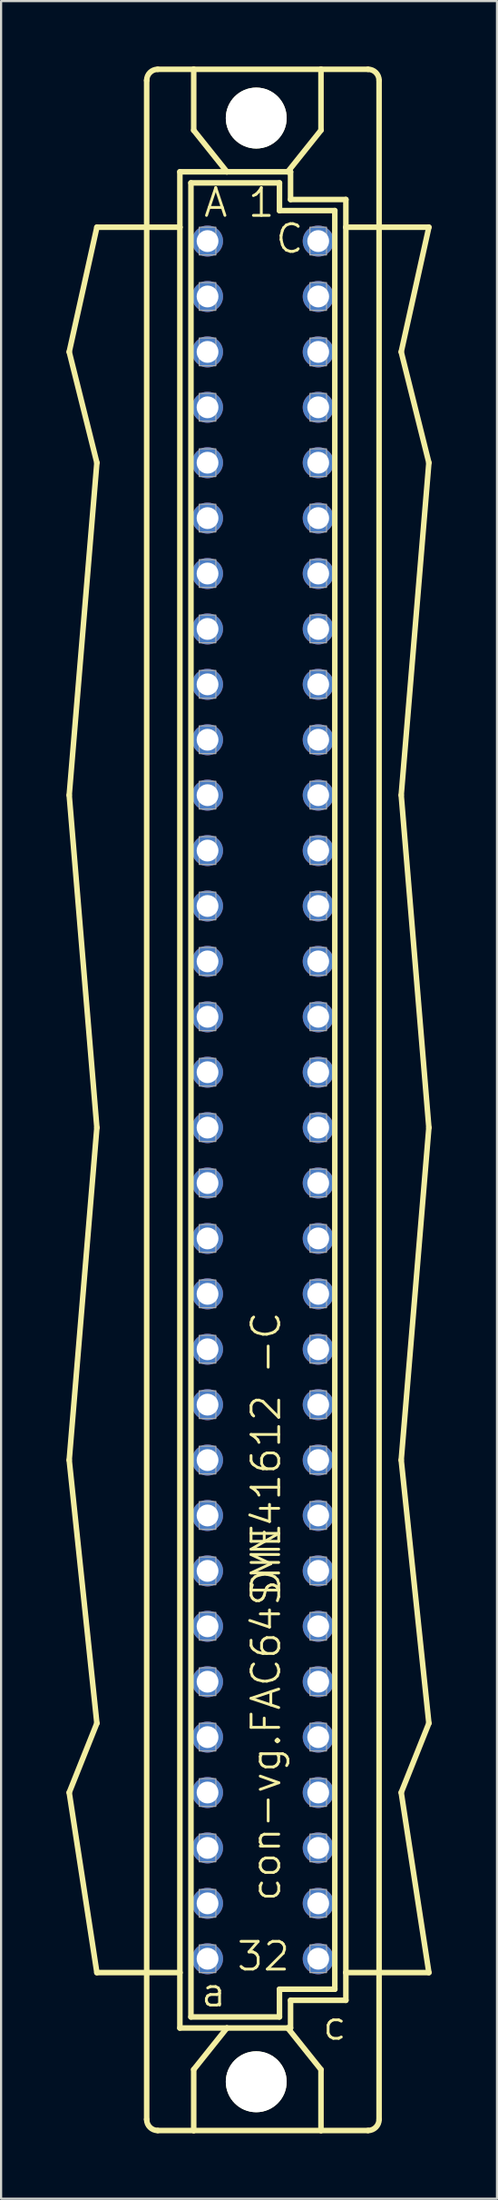
<source format=kicad_pcb>
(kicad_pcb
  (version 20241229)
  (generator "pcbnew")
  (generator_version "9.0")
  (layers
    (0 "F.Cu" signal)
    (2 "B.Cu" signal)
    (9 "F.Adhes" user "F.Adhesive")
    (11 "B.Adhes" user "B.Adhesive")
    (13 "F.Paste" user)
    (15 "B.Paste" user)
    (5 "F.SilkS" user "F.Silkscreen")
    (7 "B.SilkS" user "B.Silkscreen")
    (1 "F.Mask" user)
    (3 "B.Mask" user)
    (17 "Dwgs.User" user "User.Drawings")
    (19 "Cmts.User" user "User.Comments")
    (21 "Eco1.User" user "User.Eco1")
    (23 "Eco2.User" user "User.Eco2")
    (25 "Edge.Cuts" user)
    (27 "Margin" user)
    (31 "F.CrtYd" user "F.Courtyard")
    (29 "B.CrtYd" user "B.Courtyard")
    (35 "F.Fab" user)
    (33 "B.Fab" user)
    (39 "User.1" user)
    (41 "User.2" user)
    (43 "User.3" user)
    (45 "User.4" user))
  (footprint "con-vg.FAC64SME"
    (layer "F.Cu")
    (at 9.017 47.371)
    (property "Reference" "con-vg.FAC64SME" (at 0.889 36.83 90) (layer "F.SilkS") (effects (font (size 1.27 1.27) (thickness 0.13)) (justify left bottom)))
    (attr through_hole)
    (fp_line (start -8.89 -34.29) (end -7.62 -29.21) (stroke (width 0.254) (type default)) (layer "F.SilkS"))
    (fp_line (start -8.89 -13.97) (end -7.62 -29.21) (stroke (width 0.254) (type default)) (layer "F.SilkS"))
    (fp_line (start -8.89 16.51) (end -7.62 1.27) (stroke (width 0.254) (type default)) (layer "F.SilkS"))
    (fp_line (start -8.89 31.75) (end -7.62 28.575) (stroke (width 0.254) (type default)) (layer "F.SilkS"))
    (fp_line (start -7.62 -40.005) (end -8.89 -34.29) (stroke (width 0.254) (type default)) (layer "F.SilkS"))
    (fp_line (start -7.62 1.27) (end -8.89 -13.97) (stroke (width 0.254) (type default)) (layer "F.SilkS"))
    (fp_line (start -7.62 28.575) (end -8.89 16.51) (stroke (width 0.254) (type default)) (layer "F.SilkS"))
    (fp_line (start -7.62 40.005) (end -8.89 31.75) (stroke (width 0.254) (type default)) (layer "F.SilkS"))
    (fp_line (start -5.334 -46.736) (end -5.334 46.736) (stroke (width 0.254) (type default)) (layer "F.SilkS"))
    (fp_line (start -4.826 47.244) (end -3.175 47.244) (stroke (width 0.254) (type default)) (layer "F.SilkS"))
    (fp_line (start -3.81 -42.545) (end -3.81 -40.005) (stroke (width 0.254) (type default)) (layer "F.SilkS"))
    (fp_line (start -3.81 -40.005) (end -7.62 -40.005) (stroke (width 0.254) (type default)) (layer "F.SilkS"))
    (fp_line (start -3.81 -40.005) (end -3.81 40.005) (stroke (width 0.254) (type default)) (layer "F.SilkS"))
    (fp_line (start -3.81 40.005) (end -7.62 40.005) (stroke (width 0.254) (type default)) (layer "F.SilkS"))
    (fp_line (start -3.81 40.005) (end -3.81 42.545) (stroke (width 0.254) (type default)) (layer "F.SilkS"))
    (fp_line (start -3.81 42.545) (end -1.651 42.545) (stroke (width 0.254) (type default)) (layer "F.SilkS"))
    (fp_line (start -3.302 -42.037) (end -3.302 42.037) (stroke (width 0.254) (type default)) (layer "F.SilkS"))
    (fp_line (start -3.302 42.037) (end 0.762 42.037) (stroke (width 0.254) (type default)) (layer "F.SilkS"))
    (fp_line (start -3.175 -47.244) (end -4.826 -47.244) (stroke (width 0.254) (type default)) (layer "F.SilkS"))
    (fp_line (start -3.175 -47.244) (end -3.175 -44.45) (stroke (width 0.254) (type default)) (layer "F.SilkS"))
    (fp_line (start -3.175 47.244) (end -3.175 44.45) (stroke (width 0.254) (type default)) (layer "F.SilkS"))
    (fp_line (start -3.175 47.244) (end 2.667 47.244) (stroke (width 0.254) (type default)) (layer "F.SilkS"))
    (fp_line (start -1.651 -42.545) (end -3.81 -42.545) (stroke (width 0.254) (type default)) (layer "F.SilkS"))
    (fp_line (start -1.651 -42.545) (end -3.175 -44.45) (stroke (width 0.254) (type default)) (layer "F.SilkS"))
    (fp_line (start -1.651 42.545) (end -3.175 44.45) (stroke (width 0.254) (type default)) (layer "F.SilkS"))
    (fp_line (start -1.651 42.545) (end 1.143 42.545) (stroke (width 0.254) (type default)) (layer "F.SilkS"))
    (fp_line (start 0.762 -42.037) (end -3.302 -42.037) (stroke (width 0.254) (type default)) (layer "F.SilkS"))
    (fp_line (start 0.762 -40.767) (end 0.762 -42.037) (stroke (width 0.254) (type default)) (layer "F.SilkS"))
    (fp_line (start 0.762 40.767) (end 3.302 40.767) (stroke (width 0.254) (type default)) (layer "F.SilkS"))
    (fp_line (start 0.762 42.037) (end 0.762 40.767) (stroke (width 0.254) (type default)) (layer "F.SilkS"))
    (fp_line (start 1.143 -42.545) (end -1.651 -42.545) (stroke (width 0.254) (type default)) (layer "F.SilkS"))
    (fp_line (start 1.143 -42.545) (end 2.667 -44.45) (stroke (width 0.254) (type default)) (layer "F.SilkS"))
    (fp_line (start 1.143 42.545) (end 1.27 42.545) (stroke (width 0.254) (type default)) (layer "F.SilkS"))
    (fp_line (start 1.143 42.545) (end 2.667 44.45) (stroke (width 0.254) (type default)) (layer "F.SilkS"))
    (fp_line (start 1.27 -42.545) (end 1.143 -42.545) (stroke (width 0.254) (type default)) (layer "F.SilkS"))
    (fp_line (start 1.27 -41.275) (end 1.27 -42.545) (stroke (width 0.254) (type default)) (layer "F.SilkS"))
    (fp_line (start 1.27 41.275) (end 3.81 41.275) (stroke (width 0.254) (type default)) (layer "F.SilkS"))
    (fp_line (start 1.27 42.545) (end 1.27 41.275) (stroke (width 0.254) (type default)) (layer "F.SilkS"))
    (fp_line (start 2.667 -47.244) (end -3.175 -47.244) (stroke (width 0.254) (type default)) (layer "F.SilkS"))
    (fp_line (start 2.667 -47.244) (end 2.667 -44.45) (stroke (width 0.254) (type default)) (layer "F.SilkS"))
    (fp_line (start 2.667 47.244) (end 2.667 44.45) (stroke (width 0.254) (type default)) (layer "F.SilkS"))
    (fp_line (start 3.302 -40.767) (end 0.762 -40.767) (stroke (width 0.254) (type default)) (layer "F.SilkS"))
    (fp_line (start 3.302 40.767) (end 3.302 -40.767) (stroke (width 0.254) (type default)) (layer "F.SilkS"))
    (fp_line (start 3.81 -41.275) (end 1.27 -41.275) (stroke (width 0.254) (type default)) (layer "F.SilkS"))
    (fp_line (start 3.81 -40.005) (end 3.81 -41.275) (stroke (width 0.254) (type default)) (layer "F.SilkS"))
    (fp_line (start 3.81 40.005) (end 3.81 -40.005) (stroke (width 0.254) (type default)) (layer "F.SilkS"))
    (fp_line (start 3.81 40.005) (end 7.62 40.005) (stroke (width 0.254) (type default)) (layer "F.SilkS"))
    (fp_line (start 3.81 41.275) (end 3.81 40.005) (stroke (width 0.254) (type default)) (layer "F.SilkS"))
    (fp_line (start 4.826 -47.244) (end 2.667 -47.244) (stroke (width 0.254) (type default)) (layer "F.SilkS"))
    (fp_line (start 4.826 47.244) (end 2.667 47.244) (stroke (width 0.254) (type default)) (layer "F.SilkS"))
    (fp_line (start 5.334 -46.736) (end 5.334 46.736) (stroke (width 0.254) (type default)) (layer "F.SilkS"))
    (fp_line (start 6.35 -34.29) (end 7.62 -40.005) (stroke (width 0.254) (type default)) (layer "F.SilkS"))
    (fp_line (start 6.35 -13.97) (end 7.62 -29.21) (stroke (width 0.254) (type default)) (layer "F.SilkS"))
    (fp_line (start 6.35 16.51) (end 7.62 1.27) (stroke (width 0.254) (type default)) (layer "F.SilkS"))
    (fp_line (start 6.35 31.75) (end 7.62 28.575) (stroke (width 0.254) (type default)) (layer "F.SilkS"))
    (fp_line (start 7.62 -40.005) (end 3.81 -40.005) (stroke (width 0.254) (type default)) (layer "F.SilkS"))
    (fp_line (start 7.62 -29.21) (end 6.35 -34.29) (stroke (width 0.254) (type default)) (layer "F.SilkS"))
    (fp_line (start 7.62 1.27) (end 6.35 -13.97) (stroke (width 0.254) (type default)) (layer "F.SilkS"))
    (fp_line (start 7.62 28.575) (end 6.35 16.51) (stroke (width 0.254) (type default)) (layer "F.SilkS"))
    (fp_line (start 7.62 40.005) (end 6.35 31.75) (stroke (width 0.254) (type default)) (layer "F.SilkS"))
    (fp_arc (start -5.334 -46.736) (mid -5.18521 -47.09521) (end -4.826 -47.244) (stroke (width 0.254) (type default)) (layer "F.SilkS"))
    (fp_arc (start -4.826 47.244) (mid -5.18521 47.09521) (end -5.334 46.736) (stroke (width 0.254) (type default)) (layer "F.SilkS"))
    (fp_arc (start 4.826 -47.244) (mid 5.18521 -47.09521) (end 5.334 -46.736) (stroke (width 0.254) (type default)) (layer "F.SilkS"))
    (fp_arc (start 5.334 46.736) (mid 5.18521 47.09521) (end 4.826 47.244) (stroke (width 0.254) (type default)) (layer "F.SilkS"))
    (fp_circle (center -0.305 -45.009) (end 0.965 -45.009) (stroke (width 0.254) (type default)) (fill no) (layer "F.SilkS"))
    (fp_circle (center -0.305 45.009) (end 0.965 45.009) (stroke (width 0.254) (type default)) (fill no) (layer "F.SilkS"))
    (fp_rect (start -2.921 -38.735) (end -2.159 -40.005) (stroke (width 0.05) (type default)) (fill no) (layer "F.Fab"))
    (fp_rect (start -2.921 -36.195) (end -2.159 -37.465) (stroke (width 0.05) (type default)) (fill no) (layer "F.Fab"))
    (fp_rect (start -2.921 -33.655) (end -2.159 -34.925) (stroke (width 0.05) (type default)) (fill no) (layer "F.Fab"))
    (fp_rect (start -2.921 -31.115) (end -2.159 -32.385) (stroke (width 0.05) (type default)) (fill no) (layer "F.Fab"))
    (fp_rect (start -2.921 -28.575) (end -2.159 -29.845) (stroke (width 0.05) (type default)) (fill no) (layer "F.Fab"))
    (fp_rect (start -2.921 -26.035) (end -2.159 -27.305) (stroke (width 0.05) (type default)) (fill no) (layer "F.Fab"))
    (fp_rect (start -2.921 -23.495) (end -2.159 -24.765) (stroke (width 0.05) (type default)) (fill no) (layer "F.Fab"))
    (fp_rect (start -2.921 -20.955) (end -2.159 -22.225) (stroke (width 0.05) (type default)) (fill no) (layer "F.Fab"))
    (fp_rect (start -2.921 -18.415) (end -2.159 -19.685) (stroke (width 0.05) (type default)) (fill no) (layer "F.Fab"))
    (fp_rect (start -2.921 -15.875) (end -2.159 -17.145) (stroke (width 0.05) (type default)) (fill no) (layer "F.Fab"))
    (fp_rect (start -2.921 -13.335) (end -2.159 -14.605) (stroke (width 0.05) (type default)) (fill no) (layer "F.Fab"))
    (fp_rect (start -2.921 -10.795) (end -2.159 -12.065) (stroke (width 0.05) (type default)) (fill no) (layer "F.Fab"))
    (fp_rect (start -2.921 -8.255) (end -2.159 -9.525) (stroke (width 0.05) (type default)) (fill no) (layer "F.Fab"))
    (fp_rect (start -2.921 -5.715) (end -2.159 -6.985) (stroke (width 0.05) (type default)) (fill no) (layer "F.Fab"))
    (fp_rect (start -2.921 -3.175) (end -2.159 -4.445) (stroke (width 0.05) (type default)) (fill no) (layer "F.Fab"))
    (fp_rect (start -2.921 -0.635) (end -2.159 -1.905) (stroke (width 0.05) (type default)) (fill no) (layer "F.Fab"))
    (fp_rect (start -2.921 1.905) (end -2.159 0.635) (stroke (width 0.05) (type default)) (fill no) (layer "F.Fab"))
    (fp_rect (start -2.921 4.445) (end -2.159 3.175) (stroke (width 0.05) (type default)) (fill no) (layer "F.Fab"))
    (fp_rect (start -2.921 6.985) (end -2.159 5.715) (stroke (width 0.05) (type default)) (fill no) (layer "F.Fab"))
    (fp_rect (start -2.921 9.525) (end -2.159 8.255) (stroke (width 0.05) (type default)) (fill no) (layer "F.Fab"))
    (fp_rect (start -2.921 12.065) (end -2.159 10.795) (stroke (width 0.05) (type default)) (fill no) (layer "F.Fab"))
    (fp_rect (start -2.921 14.605) (end -2.159 13.335) (stroke (width 0.05) (type default)) (fill no) (layer "F.Fab"))
    (fp_rect (start -2.921 17.145) (end -2.159 15.875) (stroke (width 0.05) (type default)) (fill no) (layer "F.Fab"))
    (fp_rect (start -2.921 19.685) (end -2.159 18.415) (stroke (width 0.05) (type default)) (fill no) (layer "F.Fab"))
    (fp_rect (start -2.921 22.225) (end -2.159 20.955) (stroke (width 0.05) (type default)) (fill no) (layer "F.Fab"))
    (fp_rect (start -2.921 24.765) (end -2.159 23.495) (stroke (width 0.05) (type default)) (fill no) (layer "F.Fab"))
    (fp_rect (start -2.921 27.305) (end -2.159 26.035) (stroke (width 0.05) (type default)) (fill no) (layer "F.Fab"))
    (fp_rect (start -2.921 29.845) (end -2.159 28.575) (stroke (width 0.05) (type default)) (fill no) (layer "F.Fab"))
    (fp_rect (start -2.921 32.385) (end -2.159 31.115) (stroke (width 0.05) (type default)) (fill no) (layer "F.Fab"))
    (fp_rect (start -2.921 34.925) (end -2.159 33.655) (stroke (width 0.05) (type default)) (fill no) (layer "F.Fab"))
    (fp_rect (start -2.921 37.465) (end -2.159 36.195) (stroke (width 0.05) (type default)) (fill no) (layer "F.Fab"))
    (fp_rect (start -2.921 40.005) (end -2.159 38.735) (stroke (width 0.05) (type default)) (fill no) (layer "F.Fab"))
    (fp_rect (start 2.159 -38.735) (end 2.921 -40.005) (stroke (width 0.05) (type default)) (fill no) (layer "F.Fab"))
    (fp_rect (start 2.159 -36.195) (end 2.921 -37.465) (stroke (width 0.05) (type default)) (fill no) (layer "F.Fab"))
    (fp_rect (start 2.159 -33.655) (end 2.921 -34.925) (stroke (width 0.05) (type default)) (fill no) (layer "F.Fab"))
    (fp_rect (start 2.159 -31.115) (end 2.921 -32.385) (stroke (width 0.05) (type default)) (fill no) (layer "F.Fab"))
    (fp_rect (start 2.159 -28.575) (end 2.921 -29.845) (stroke (width 0.05) (type default)) (fill no) (layer "F.Fab"))
    (fp_rect (start 2.159 -26.035) (end 2.921 -27.305) (stroke (width 0.05) (type default)) (fill no) (layer "F.Fab"))
    (fp_rect (start 2.159 -23.495) (end 2.921 -24.765) (stroke (width 0.05) (type default)) (fill no) (layer "F.Fab"))
    (fp_rect (start 2.159 -20.955) (end 2.921 -22.225) (stroke (width 0.05) (type default)) (fill no) (layer "F.Fab"))
    (fp_rect (start 2.159 -18.415) (end 2.921 -19.685) (stroke (width 0.05) (type default)) (fill no) (layer "F.Fab"))
    (fp_rect (start 2.159 -15.875) (end 2.921 -17.145) (stroke (width 0.05) (type default)) (fill no) (layer "F.Fab"))
    (fp_rect (start 2.159 -13.335) (end 2.921 -14.605) (stroke (width 0.05) (type default)) (fill no) (layer "F.Fab"))
    (fp_rect (start 2.159 -10.795) (end 2.921 -12.065) (stroke (width 0.05) (type default)) (fill no) (layer "F.Fab"))
    (fp_rect (start 2.159 -8.255) (end 2.921 -9.525) (stroke (width 0.05) (type default)) (fill no) (layer "F.Fab"))
    (fp_rect (start 2.159 -5.715) (end 2.921 -6.985) (stroke (width 0.05) (type default)) (fill no) (layer "F.Fab"))
    (fp_rect (start 2.159 -3.175) (end 2.921 -4.445) (stroke (width 0.05) (type default)) (fill no) (layer "F.Fab"))
    (fp_rect (start 2.159 -0.635) (end 2.921 -1.905) (stroke (width 0.05) (type default)) (fill no) (layer "F.Fab"))
    (fp_rect (start 2.159 1.905) (end 2.921 0.635) (stroke (width 0.05) (type default)) (fill no) (layer "F.Fab"))
    (fp_rect (start 2.159 4.445) (end 2.921 3.175) (stroke (width 0.05) (type default)) (fill no) (layer "F.Fab"))
    (fp_rect (start 2.159 6.985) (end 2.921 5.715) (stroke (width 0.05) (type default)) (fill no) (layer "F.Fab"))
    (fp_rect (start 2.159 9.525) (end 2.921 8.255) (stroke (width 0.05) (type default)) (fill no) (layer "F.Fab"))
    (fp_rect (start 2.159 12.065) (end 2.921 10.795) (stroke (width 0.05) (type default)) (fill no) (layer "F.Fab"))
    (fp_rect (start 2.159 14.605) (end 2.921 13.335) (stroke (width 0.05) (type default)) (fill no) (layer "F.Fab"))
    (fp_rect (start 2.159 17.145) (end 2.921 15.875) (stroke (width 0.05) (type default)) (fill no) (layer "F.Fab"))
    (fp_rect (start 2.159 19.685) (end 2.921 18.415) (stroke (width 0.05) (type default)) (fill no) (layer "F.Fab"))
    (fp_rect (start 2.159 22.225) (end 2.921 20.955) (stroke (width 0.05) (type default)) (fill no) (layer "F.Fab"))
    (fp_rect (start 2.159 24.765) (end 2.921 23.495) (stroke (width 0.05) (type default)) (fill no) (layer "F.Fab"))
    (fp_rect (start 2.159 27.305) (end 2.921 26.035) (stroke (width 0.05) (type default)) (fill no) (layer "F.Fab"))
    (fp_rect (start 2.159 29.845) (end 2.921 28.575) (stroke (width 0.05) (type default)) (fill no) (layer "F.Fab"))
    (fp_rect (start 2.159 32.385) (end 2.921 31.115) (stroke (width 0.05) (type default)) (fill no) (layer "F.Fab"))
    (fp_rect (start 2.159 34.925) (end 2.921 33.655) (stroke (width 0.05) (type default)) (fill no) (layer "F.Fab"))
    (fp_rect (start 2.159 37.465) (end 2.921 36.195) (stroke (width 0.05) (type default)) (fill no) (layer "F.Fab"))
    (fp_rect (start 2.159 40.005) (end 2.921 38.735) (stroke (width 0.05) (type default)) (fill no) (layer "F.Fab"))
    (fp_text user "a" (at -2.921 41.656 0) (layer "F.SilkS") (effects (font (size 1.27 1.27) (thickness 0.13)) (justify left bottom)))
    (fp_text user "A" (at -2.794 -40.386 0) (layer "F.SilkS") (effects (font (size 1.27 1.27) (thickness 0.13)) (justify left bottom)))
    (fp_text user "1" (at -0.762 -40.386 0) (layer "F.SilkS") (effects (font (size 1.27 1.27) (thickness 0.13)) (justify left bottom)))
    (fp_text user "DIN41612 -C" (at 0.889 22.86 90) (layer "F.SilkS") (effects (font (size 1.27 1.27) (thickness 0.13)) (justify left bottom)))
    (fp_text user "32" (at -1.27 40.005 0) (layer "F.SilkS") (effects (font (size 1.27 1.27) (thickness 0.13)) (justify left bottom)))
    (fp_text user "C" (at 0.508 -38.735 0) (layer "F.SilkS") (effects (font (size 1.27 1.27) (thickness 0.13)) (justify left bottom)))
    (fp_text user "c" (at 2.667 43.18 0) (layer "F.SilkS") (effects (font (size 1.27 1.27) (thickness 0.13)) (justify left bottom)))
    (pad "" np_thru_hole circle (at -0.305 -45.009) (size 2.794 2.794) (drill 2.794) (layers "*.Cu" "*.Mask"))
    (pad "" np_thru_hole circle (at -0.305 45.009) (size 2.794 2.794) (drill 2.794) (layers "*.Cu" "*.Mask"))
    (pad "A1" thru_hole circle (at -2.54 -39.37) (size 1.422 1.422) (drill 1) (layers "*.Cu" "*.Mask"))
    (pad "A2" thru_hole circle (at -2.54 -36.83) (size 1.422 1.422) (drill 1) (layers "*.Cu" "*.Mask"))
    (pad "A3" thru_hole circle (at -2.54 -34.29) (size 1.422 1.422) (drill 1) (layers "*.Cu" "*.Mask"))
    (pad "A4" thru_hole circle (at -2.54 -31.75) (size 1.422 1.422) (drill 1) (layers "*.Cu" "*.Mask"))
    (pad "A5" thru_hole circle (at -2.54 -29.21) (size 1.422 1.422) (drill 1) (layers "*.Cu" "*.Mask"))
    (pad "A6" thru_hole circle (at -2.54 -26.67) (size 1.422 1.422) (drill 1) (layers "*.Cu" "*.Mask"))
    (pad "A7" thru_hole circle (at -2.54 -24.13) (size 1.422 1.422) (drill 1) (layers "*.Cu" "*.Mask"))
    (pad "A8" thru_hole circle (at -2.54 -21.59) (size 1.422 1.422) (drill 1) (layers "*.Cu" "*.Mask"))
    (pad "A9" thru_hole circle (at -2.54 -19.05) (size 1.422 1.422) (drill 1) (layers "*.Cu" "*.Mask"))
    (pad "A10" thru_hole circle (at -2.54 -16.51) (size 1.422 1.422) (drill 1) (layers "*.Cu" "*.Mask"))
    (pad "A11" thru_hole circle (at -2.54 -13.97) (size 1.422 1.422) (drill 1) (layers "*.Cu" "*.Mask"))
    (pad "A12" thru_hole circle (at -2.54 -11.43) (size 1.422 1.422) (drill 1) (layers "*.Cu" "*.Mask"))
    (pad "A13" thru_hole circle (at -2.54 -8.89) (size 1.422 1.422) (drill 1) (layers "*.Cu" "*.Mask"))
    (pad "A14" thru_hole circle (at -2.54 -6.35) (size 1.422 1.422) (drill 1) (layers "*.Cu" "*.Mask"))
    (pad "A15" thru_hole circle (at -2.54 -3.81) (size 1.422 1.422) (drill 1) (layers "*.Cu" "*.Mask"))
    (pad "A16" thru_hole circle (at -2.54 -1.27) (size 1.422 1.422) (drill 1) (layers "*.Cu" "*.Mask"))
    (pad "A17" thru_hole circle (at -2.54 1.27) (size 1.422 1.422) (drill 1) (layers "*.Cu" "*.Mask"))
    (pad "A18" thru_hole circle (at -2.54 3.81) (size 1.422 1.422) (drill 1) (layers "*.Cu" "*.Mask"))
    (pad "A19" thru_hole circle (at -2.54 6.35) (size 1.422 1.422) (drill 1) (layers "*.Cu" "*.Mask"))
    (pad "A20" thru_hole circle (at -2.54 8.89) (size 1.422 1.422) (drill 1) (layers "*.Cu" "*.Mask"))
    (pad "A21" thru_hole circle (at -2.54 11.43) (size 1.422 1.422) (drill 1) (layers "*.Cu" "*.Mask"))
    (pad "A22" thru_hole circle (at -2.54 13.97) (size 1.422 1.422) (drill 1) (layers "*.Cu" "*.Mask"))
    (pad "A23" thru_hole circle (at -2.54 16.51) (size 1.422 1.422) (drill 1) (layers "*.Cu" "*.Mask"))
    (pad "A24" thru_hole circle (at -2.54 19.05) (size 1.422 1.422) (drill 1) (layers "*.Cu" "*.Mask"))
    (pad "A25" thru_hole circle (at -2.54 21.59) (size 1.422 1.422) (drill 1) (layers "*.Cu" "*.Mask"))
    (pad "A26" thru_hole circle (at -2.54 24.13) (size 1.422 1.422) (drill 1) (layers "*.Cu" "*.Mask"))
    (pad "A27" thru_hole circle (at -2.54 26.67) (size 1.422 1.422) (drill 1) (layers "*.Cu" "*.Mask"))
    (pad "A28" thru_hole circle (at -2.54 29.21) (size 1.422 1.422) (drill 1) (layers "*.Cu" "*.Mask"))
    (pad "A29" thru_hole circle (at -2.54 31.75) (size 1.422 1.422) (drill 1) (layers "*.Cu" "*.Mask"))
    (pad "A30" thru_hole circle (at -2.54 34.29) (size 1.422 1.422) (drill 1) (layers "*.Cu" "*.Mask"))
    (pad "A31" thru_hole circle (at -2.54 36.83) (size 1.422 1.422) (drill 1) (layers "*.Cu" "*.Mask"))
    (pad "A32" thru_hole circle (at -2.54 39.37) (size 1.422 1.422) (drill 1) (layers "*.Cu" "*.Mask"))
    (pad "C1" thru_hole circle (at 2.54 -39.37) (size 1.422 1.422) (drill 1) (layers "*.Cu" "*.Mask"))
    (pad "C2" thru_hole circle (at 2.54 -36.83) (size 1.422 1.422) (drill 1) (layers "*.Cu" "*.Mask"))
    (pad "C3" thru_hole circle (at 2.54 -34.29) (size 1.422 1.422) (drill 1) (layers "*.Cu" "*.Mask"))
    (pad "C4" thru_hole circle (at 2.54 -31.75) (size 1.422 1.422) (drill 1) (layers "*.Cu" "*.Mask"))
    (pad "C5" thru_hole circle (at 2.54 -29.21) (size 1.422 1.422) (drill 1) (layers "*.Cu" "*.Mask"))
    (pad "C6" thru_hole circle (at 2.54 -26.67) (size 1.422 1.422) (drill 1) (layers "*.Cu" "*.Mask"))
    (pad "C7" thru_hole circle (at 2.54 -24.13) (size 1.422 1.422) (drill 1) (layers "*.Cu" "*.Mask"))
    (pad "C8" thru_hole circle (at 2.54 -21.59) (size 1.422 1.422) (drill 1) (layers "*.Cu" "*.Mask"))
    (pad "C9" thru_hole circle (at 2.54 -19.05) (size 1.422 1.422) (drill 1) (layers "*.Cu" "*.Mask"))
    (pad "C10" thru_hole circle (at 2.54 -16.51) (size 1.422 1.422) (drill 1) (layers "*.Cu" "*.Mask"))
    (pad "C11" thru_hole circle (at 2.54 -13.97) (size 1.422 1.422) (drill 1) (layers "*.Cu" "*.Mask"))
    (pad "C12" thru_hole circle (at 2.54 -11.43) (size 1.422 1.422) (drill 1) (layers "*.Cu" "*.Mask"))
    (pad "C13" thru_hole circle (at 2.54 -8.89) (size 1.422 1.422) (drill 1) (layers "*.Cu" "*.Mask"))
    (pad "C14" thru_hole circle (at 2.54 -6.35) (size 1.422 1.422) (drill 1) (layers "*.Cu" "*.Mask"))
    (pad "C15" thru_hole circle (at 2.54 -3.81) (size 1.422 1.422) (drill 1) (layers "*.Cu" "*.Mask"))
    (pad "C16" thru_hole circle (at 2.54 -1.27) (size 1.422 1.422) (drill 1) (layers "*.Cu" "*.Mask"))
    (pad "C17" thru_hole circle (at 2.54 1.27) (size 1.422 1.422) (drill 1) (layers "*.Cu" "*.Mask"))
    (pad "C18" thru_hole circle (at 2.54 3.81) (size 1.422 1.422) (drill 1) (layers "*.Cu" "*.Mask"))
    (pad "C19" thru_hole circle (at 2.54 6.35) (size 1.422 1.422) (drill 1) (layers "*.Cu" "*.Mask"))
    (pad "C20" thru_hole circle (at 2.54 8.89) (size 1.422 1.422) (drill 1) (layers "*.Cu" "*.Mask"))
    (pad "C21" thru_hole circle (at 2.54 11.43) (size 1.422 1.422) (drill 1) (layers "*.Cu" "*.Mask"))
    (pad "C22" thru_hole circle (at 2.54 13.97) (size 1.422 1.422) (drill 1) (layers "*.Cu" "*.Mask"))
    (pad "C23" thru_hole circle (at 2.54 16.51) (size 1.422 1.422) (drill 1) (layers "*.Cu" "*.Mask"))
    (pad "C24" thru_hole circle (at 2.54 19.05) (size 1.422 1.422) (drill 1) (layers "*.Cu" "*.Mask"))
    (pad "C25" thru_hole circle (at 2.54 21.59) (size 1.422 1.422) (drill 1) (layers "*.Cu" "*.Mask"))
    (pad "C26" thru_hole circle (at 2.54 24.13) (size 1.422 1.422) (drill 1) (layers "*.Cu" "*.Mask"))
    (pad "C27" thru_hole circle (at 2.54 26.67) (size 1.422 1.422) (drill 1) (layers "*.Cu" "*.Mask"))
    (pad "C28" thru_hole circle (at 2.54 29.21) (size 1.422 1.422) (drill 1) (layers "*.Cu" "*.Mask"))
    (pad "C29" thru_hole circle (at 2.54 31.75) (size 1.422 1.422) (drill 1) (layers "*.Cu" "*.Mask"))
    (pad "C30" thru_hole circle (at 2.54 34.29) (size 1.422 1.422) (drill 1) (layers "*.Cu" "*.Mask"))
    (pad "C31" thru_hole circle (at 2.54 36.83) (size 1.422 1.422) (drill 1) (layers "*.Cu" "*.Mask"))
    (pad "C32" thru_hole circle (at 2.54 39.37) (size 1.422 1.422) (drill 1) (layers "*.Cu" "*.Mask")))
  (gr_rect
    (start -3 -3)
    (end 19.764 97.742)
    (stroke (width 0.1) (type default))
    (fill no)
    (layer "Edge.Cuts")))
</source>
